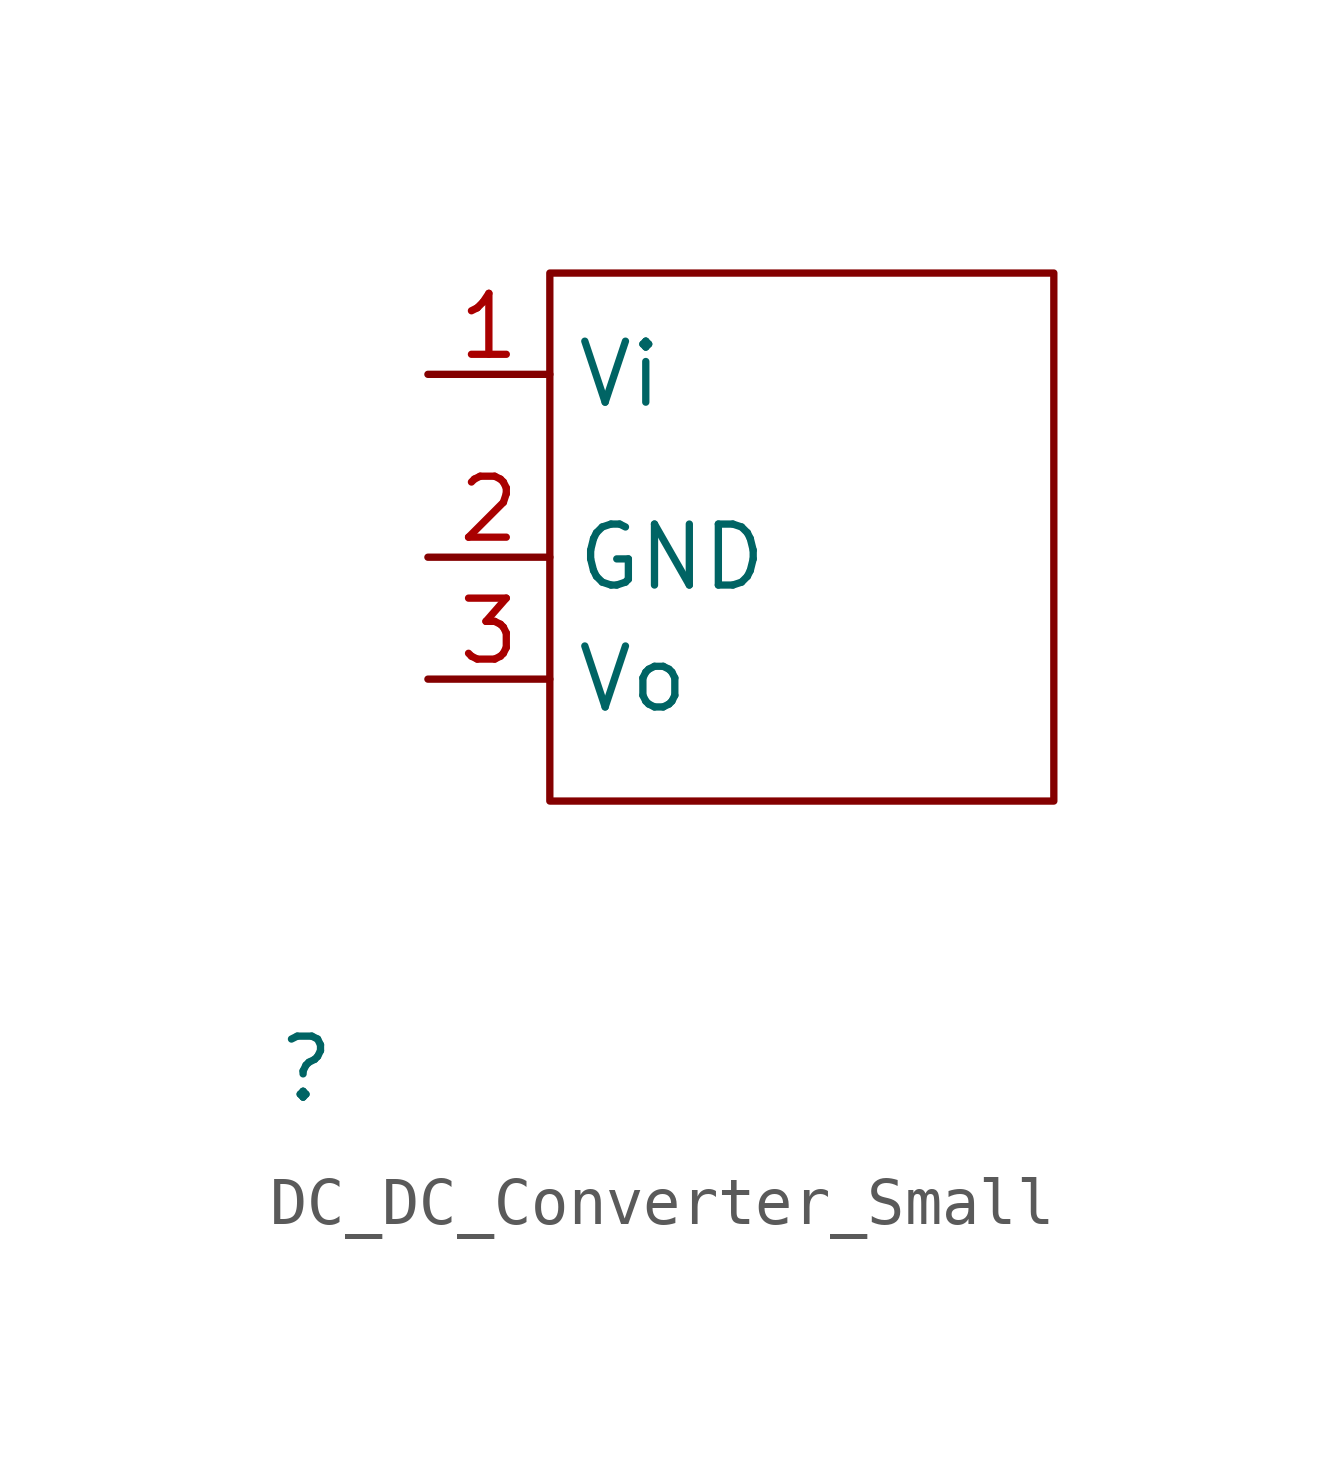
<source format=kicad_sym>
(kicad_symbol_lib
  (version 20231120)
  (generator "kicad_symbol_editor")
  (generator_version "8.0")
  (symbol "DC_DC_Converter_Small"
    (property "Reference" ""
      (at -5.08 -5.588 0)
      (effects (font (size 1.27 1.27))))
    (property "Value" ""
      (at -5.588 -5.334 0)
      (effects (font (size 1.27 1.27))))
    (symbol "DC_DC_Converter_Small_1_1"
      (rectangle (start 0 11) (end 10.5 0) (stroke (width 0) (type default)) (fill (type none)))
      (pin input line (at -2.54 8.89 0) (length 2.54) (name "Vi" (effects (font (size 1.27 1.27)))) (number "1" (effects (font (size 1.27 1.27)))))
      (pin bidirectional line (at -2.54 5.08 0) (length 2.54) (name "GND" (effects (font (size 1.27 1.27)))) (number "2" (effects (font (size 1.27 1.27)))))
      (pin output line (at -2.54 2.54 0) (length 2.54) (name "Vo" (effects (font (size 1.27 1.27)))) (number "3" (effects (font (size 1.27 1.27))))))))
</source>
